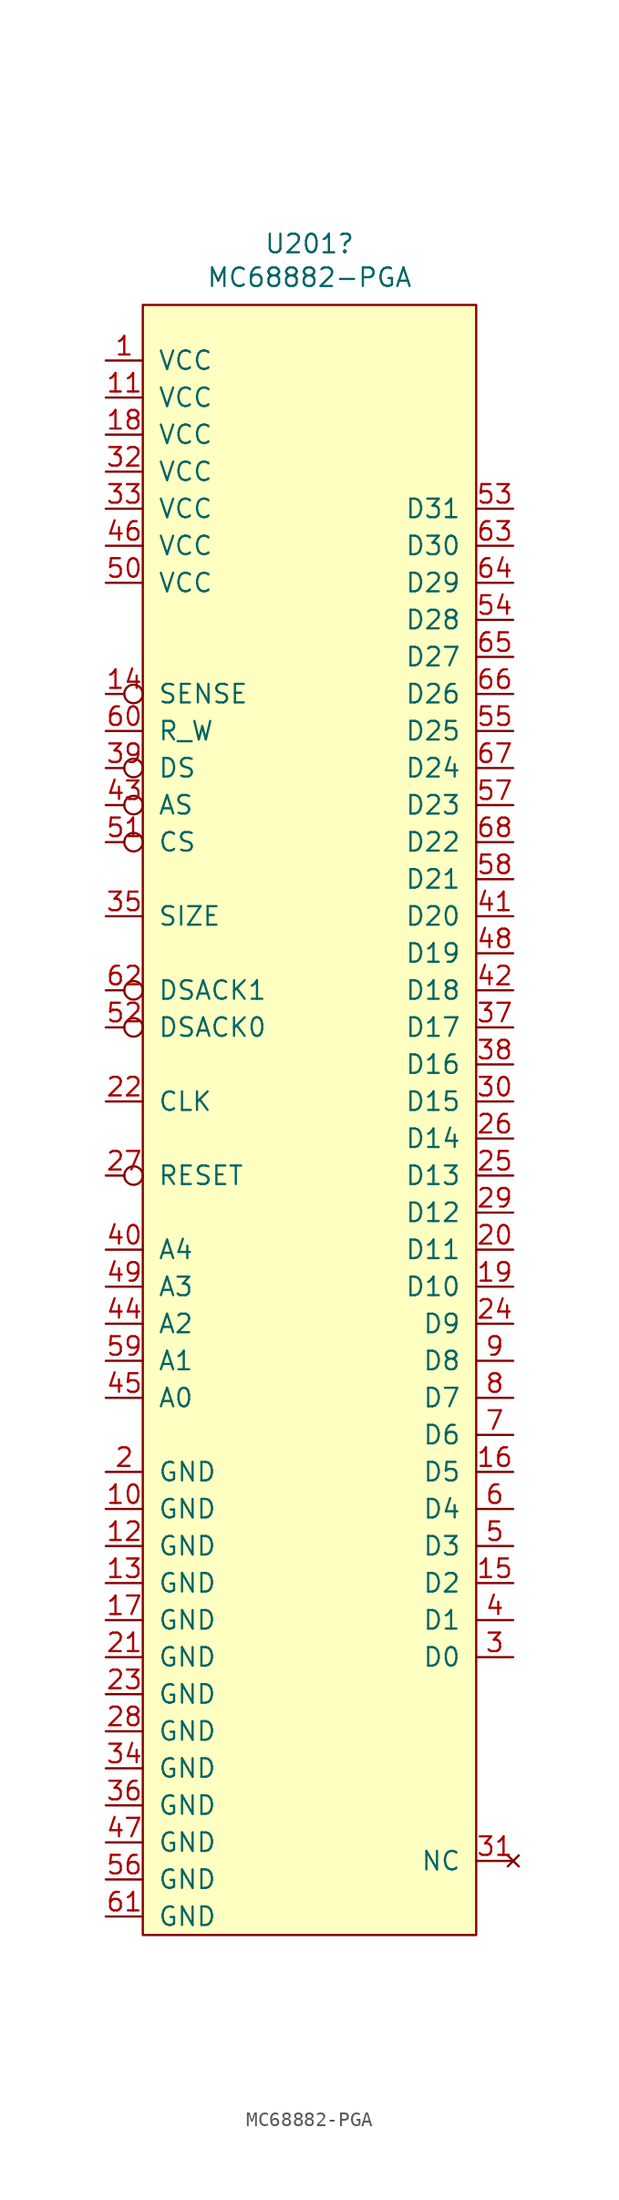
<source format=kicad_sym>
(kicad_symbol_lib
  (version 20211014)
  (generator kicad_symbol_editor)
  (symbol "MC68882-PGA"
    (pin_names
      (offset 1.016))
    (property "Reference" "U201"
      (at 0 44.831 0)
      (effects (font (size 1.27 1.27))))
    (property "Value" "MC68882-PGA"
      (at 0 42.52 0)
      (effects (font (size 1.27 1.27))))
    (symbol "MC68882-PGA_0_0"
      (pin no_connect line (at 13.97 -66.04 180) (length 2.54) (name "NC" (effects (font (size 1.27 1.27)))) (number "31" (effects (font (size 1.27 1.27))))))
    (symbol "MC68882-PGA_0_1"
      (rectangle (start -11.43 40.64) (end 11.43 -71.12) (stroke (width 0) (type default) (color 0 0 0 0)) (fill (type background))))
    (symbol "MC68882-PGA_1_1"
      (pin power_in line (at -13.97 36.83 0) (length 2.54) (name "VCC" (effects (font (size 1.27 1.27)))) (number "1" (effects (font (size 1.27 1.27)))))
      (pin power_in line (at -13.97 -41.91 0) (length 2.54) (name "GND" (effects (font (size 1.27 1.27)))) (number "10" (effects (font (size 1.27 1.27)))))
      (pin power_in line (at -13.97 34.29 0) (length 2.54) (name "VCC" (effects (font (size 1.27 1.27)))) (number "11" (effects (font (size 1.27 1.27)))))
      (pin power_in line (at -13.97 -44.45 0) (length 2.54) (name "GND" (effects (font (size 1.27 1.27)))) (number "12" (effects (font (size 1.27 1.27)))))
      (pin power_in line (at -13.97 -46.99 0) (length 2.54) (name "GND" (effects (font (size 1.27 1.27)))) (number "13" (effects (font (size 1.27 1.27)))))
      (pin input inverted (at -13.97 13.97 0) (length 2.54) (name "SENSE" (effects (font (size 1.27 1.27)))) (number "14" (effects (font (size 1.27 1.27)))))
      (pin bidirectional line (at 13.97 -46.99 180) (length 2.54) (name "D2" (effects (font (size 1.27 1.27)))) (number "15" (effects (font (size 1.27 1.27)))))
      (pin bidirectional line (at 13.97 -39.37 180) (length 2.54) (name "D5" (effects (font (size 1.27 1.27)))) (number "16" (effects (font (size 1.27 1.27)))))
      (pin power_in line (at -13.97 -49.53 0) (length 2.54) (name "GND" (effects (font (size 1.27 1.27)))) (number "17" (effects (font (size 1.27 1.27)))))
      (pin power_in line (at -13.97 31.75 0) (length 2.54) (name "VCC" (effects (font (size 1.27 1.27)))) (number "18" (effects (font (size 1.27 1.27)))))
      (pin bidirectional line (at 13.97 -26.67 180) (length 2.54) (name "D10" (effects (font (size 1.27 1.27)))) (number "19" (effects (font (size 1.27 1.27)))))
      (pin power_in line (at -13.97 -39.37 0) (length 2.54) (name "GND" (effects (font (size 1.27 1.27)))) (number "2" (effects (font (size 1.27 1.27)))))
      (pin bidirectional line (at 13.97 -24.13 180) (length 2.54) (name "D11" (effects (font (size 1.27 1.27)))) (number "20" (effects (font (size 1.27 1.27)))))
      (pin power_in line (at -13.97 -52.07 0) (length 2.54) (name "GND" (effects (font (size 1.27 1.27)))) (number "21" (effects (font (size 1.27 1.27)))))
      (pin input line (at -13.97 -13.97 0) (length 2.54) (name "CLK" (effects (font (size 1.27 1.27)))) (number "22" (effects (font (size 1.27 1.27)))))
      (pin power_in line (at -13.97 -54.61 0) (length 2.54) (name "GND" (effects (font (size 1.27 1.27)))) (number "23" (effects (font (size 1.27 1.27)))))
      (pin bidirectional line (at 13.97 -29.21 180) (length 2.54) (name "D9" (effects (font (size 1.27 1.27)))) (number "24" (effects (font (size 1.27 1.27)))))
      (pin bidirectional line (at 13.97 -19.05 180) (length 2.54) (name "D13" (effects (font (size 1.27 1.27)))) (number "25" (effects (font (size 1.27 1.27)))))
      (pin bidirectional line (at 13.97 -16.51 180) (length 2.54) (name "D14" (effects (font (size 1.27 1.27)))) (number "26" (effects (font (size 1.27 1.27)))))
      (pin input inverted (at -13.97 -19.05 0) (length 2.54) (name "RESET" (effects (font (size 1.27 1.27)))) (number "27" (effects (font (size 1.27 1.27)))))
      (pin power_in line (at -13.97 -57.15 0) (length 2.54) (name "GND" (effects (font (size 1.27 1.27)))) (number "28" (effects (font (size 1.27 1.27)))))
      (pin bidirectional line (at 13.97 -21.59 180) (length 2.54) (name "D12" (effects (font (size 1.27 1.27)))) (number "29" (effects (font (size 1.27 1.27)))))
      (pin bidirectional line (at 13.97 -52.07 180) (length 2.54) (name "D0" (effects (font (size 1.27 1.27)))) (number "3" (effects (font (size 1.27 1.27)))))
      (pin bidirectional line (at 13.97 -13.97 180) (length 2.54) (name "D15" (effects (font (size 1.27 1.27)))) (number "30" (effects (font (size 1.27 1.27)))))
      (pin power_in line (at -13.97 29.21 0) (length 2.54) (name "VCC" (effects (font (size 1.27 1.27)))) (number "32" (effects (font (size 1.27 1.27)))))
      (pin power_in line (at -13.97 26.67 0) (length 2.54) (name "VCC" (effects (font (size 1.27 1.27)))) (number "33" (effects (font (size 1.27 1.27)))))
      (pin power_in line (at -13.97 -59.69 0) (length 2.54) (name "GND" (effects (font (size 1.27 1.27)))) (number "34" (effects (font (size 1.27 1.27)))))
      (pin input line (at -13.97 -1.27 0) (length 2.54) (name "SIZE" (effects (font (size 1.27 1.27)))) (number "35" (effects (font (size 1.27 1.27)))))
      (pin power_in line (at -13.97 -62.23 0) (length 2.54) (name "GND" (effects (font (size 1.27 1.27)))) (number "36" (effects (font (size 1.27 1.27)))))
      (pin bidirectional line (at 13.97 -8.89 180) (length 2.54) (name "D17" (effects (font (size 1.27 1.27)))) (number "37" (effects (font (size 1.27 1.27)))))
      (pin bidirectional line (at 13.97 -11.43 180) (length 2.54) (name "D16" (effects (font (size 1.27 1.27)))) (number "38" (effects (font (size 1.27 1.27)))))
      (pin input inverted (at -13.97 8.89 0) (length 2.54) (name "DS" (effects (font (size 1.27 1.27)))) (number "39" (effects (font (size 1.27 1.27)))))
      (pin bidirectional line (at 13.97 -49.53 180) (length 2.54) (name "D1" (effects (font (size 1.27 1.27)))) (number "4" (effects (font (size 1.27 1.27)))))
      (pin input line (at -13.97 -24.13 0) (length 2.54) (name "A4" (effects (font (size 1.27 1.27)))) (number "40" (effects (font (size 1.27 1.27)))))
      (pin bidirectional line (at 13.97 -1.27 180) (length 2.54) (name "D20" (effects (font (size 1.27 1.27)))) (number "41" (effects (font (size 1.27 1.27)))))
      (pin bidirectional line (at 13.97 -6.35 180) (length 2.54) (name "D18" (effects (font (size 1.27 1.27)))) (number "42" (effects (font (size 1.27 1.27)))))
      (pin input inverted (at -13.97 6.35 0) (length 2.54) (name "AS" (effects (font (size 1.27 1.27)))) (number "43" (effects (font (size 1.27 1.27)))))
      (pin input line (at -13.97 -29.21 0) (length 2.54) (name "A2" (effects (font (size 1.27 1.27)))) (number "44" (effects (font (size 1.27 1.27)))))
      (pin input line (at -13.97 -34.29 0) (length 2.54) (name "A0" (effects (font (size 1.27 1.27)))) (number "45" (effects (font (size 1.27 1.27)))))
      (pin power_in line (at -13.97 24.13 0) (length 2.54) (name "VCC" (effects (font (size 1.27 1.27)))) (number "46" (effects (font (size 1.27 1.27)))))
      (pin power_in line (at -13.97 -64.77 0) (length 2.54) (name "GND" (effects (font (size 1.27 1.27)))) (number "47" (effects (font (size 1.27 1.27)))))
      (pin bidirectional line (at 13.97 -3.81 180) (length 2.54) (name "D19" (effects (font (size 1.27 1.27)))) (number "48" (effects (font (size 1.27 1.27)))))
      (pin input line (at -13.97 -26.67 0) (length 2.54) (name "A3" (effects (font (size 1.27 1.27)))) (number "49" (effects (font (size 1.27 1.27)))))
      (pin bidirectional line (at 13.97 -44.45 180) (length 2.54) (name "D3" (effects (font (size 1.27 1.27)))) (number "5" (effects (font (size 1.27 1.27)))))
      (pin power_in line (at -13.97 21.59 0) (length 2.54) (name "VCC" (effects (font (size 1.27 1.27)))) (number "50" (effects (font (size 1.27 1.27)))))
      (pin input inverted (at -13.97 3.81 0) (length 2.54) (name "CS" (effects (font (size 1.27 1.27)))) (number "51" (effects (font (size 1.27 1.27)))))
      (pin output inverted (at -13.97 -8.89 0) (length 2.54) (name "DSACK0" (effects (font (size 1.27 1.27)))) (number "52" (effects (font (size 1.27 1.27)))))
      (pin bidirectional line (at 13.97 26.67 180) (length 2.54) (name "D31" (effects (font (size 1.27 1.27)))) (number "53" (effects (font (size 1.27 1.27)))))
      (pin bidirectional line (at 13.97 19.05 180) (length 2.54) (name "D28" (effects (font (size 1.27 1.27)))) (number "54" (effects (font (size 1.27 1.27)))))
      (pin bidirectional line (at 13.97 11.43 180) (length 2.54) (name "D25" (effects (font (size 1.27 1.27)))) (number "55" (effects (font (size 1.27 1.27)))))
      (pin power_in line (at -13.97 -67.31 0) (length 2.54) (name "GND" (effects (font (size 1.27 1.27)))) (number "56" (effects (font (size 1.27 1.27)))))
      (pin bidirectional line (at 13.97 6.35 180) (length 2.54) (name "D23" (effects (font (size 1.27 1.27)))) (number "57" (effects (font (size 1.27 1.27)))))
      (pin bidirectional line (at 13.97 1.27 180) (length 2.54) (name "D21" (effects (font (size 1.27 1.27)))) (number "58" (effects (font (size 1.27 1.27)))))
      (pin input line (at -13.97 -31.75 0) (length 2.54) (name "A1" (effects (font (size 1.27 1.27)))) (number "59" (effects (font (size 1.27 1.27)))))
      (pin bidirectional line (at 13.97 -41.91 180) (length 2.54) (name "D4" (effects (font (size 1.27 1.27)))) (number "6" (effects (font (size 1.27 1.27)))))
      (pin input line (at -13.97 11.43 0) (length 2.54) (name "R_W" (effects (font (size 1.27 1.27)))) (number "60" (effects (font (size 1.27 1.27)))))
      (pin power_in line (at -13.97 -69.85 0) (length 2.54) (name "GND" (effects (font (size 1.27 1.27)))) (number "61" (effects (font (size 1.27 1.27)))))
      (pin output inverted (at -13.97 -6.35 0) (length 2.54) (name "DSACK1" (effects (font (size 1.27 1.27)))) (number "62" (effects (font (size 1.27 1.27)))))
      (pin bidirectional line (at 13.97 24.13 180) (length 2.54) (name "D30" (effects (font (size 1.27 1.27)))) (number "63" (effects (font (size 1.27 1.27)))))
      (pin bidirectional line (at 13.97 21.59 180) (length 2.54) (name "D29" (effects (font (size 1.27 1.27)))) (number "64" (effects (font (size 1.27 1.27)))))
      (pin bidirectional line (at 13.97 16.51 180) (length 2.54) (name "D27" (effects (font (size 1.27 1.27)))) (number "65" (effects (font (size 1.27 1.27)))))
      (pin bidirectional line (at 13.97 13.97 180) (length 2.54) (name "D26" (effects (font (size 1.27 1.27)))) (number "66" (effects (font (size 1.27 1.27)))))
      (pin bidirectional line (at 13.97 8.89 180) (length 2.54) (name "D24" (effects (font (size 1.27 1.27)))) (number "67" (effects (font (size 1.27 1.27)))))
      (pin bidirectional line (at 13.97 3.81 180) (length 2.54) (name "D22" (effects (font (size 1.27 1.27)))) (number "68" (effects (font (size 1.27 1.27)))))
      (pin bidirectional line (at 13.97 -36.83 180) (length 2.54) (name "D6" (effects (font (size 1.27 1.27)))) (number "7" (effects (font (size 1.27 1.27)))))
      (pin bidirectional line (at 13.97 -34.29 180) (length 2.54) (name "D7" (effects (font (size 1.27 1.27)))) (number "8" (effects (font (size 1.27 1.27)))))
      (pin bidirectional line (at 13.97 -31.75 180) (length 2.54) (name "D8" (effects (font (size 1.27 1.27)))) (number "9" (effects (font (size 1.27 1.27))))))))
</source>
